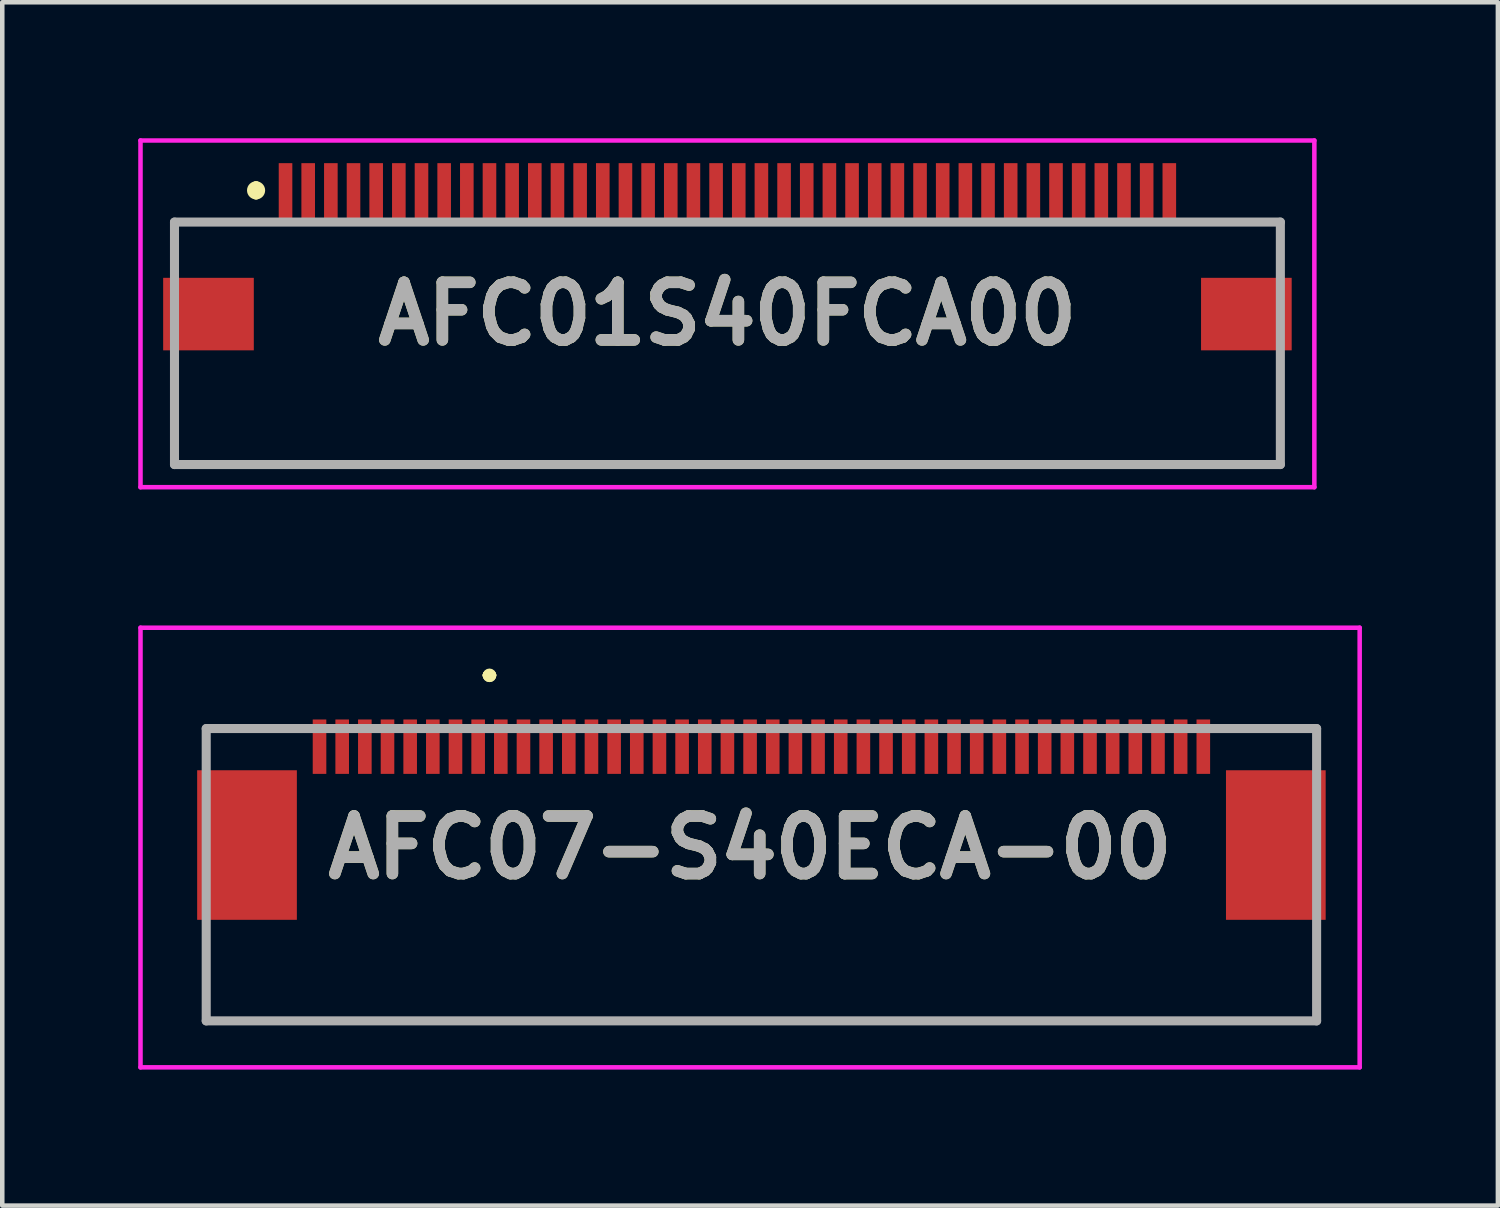
<source format=kicad_pcb>
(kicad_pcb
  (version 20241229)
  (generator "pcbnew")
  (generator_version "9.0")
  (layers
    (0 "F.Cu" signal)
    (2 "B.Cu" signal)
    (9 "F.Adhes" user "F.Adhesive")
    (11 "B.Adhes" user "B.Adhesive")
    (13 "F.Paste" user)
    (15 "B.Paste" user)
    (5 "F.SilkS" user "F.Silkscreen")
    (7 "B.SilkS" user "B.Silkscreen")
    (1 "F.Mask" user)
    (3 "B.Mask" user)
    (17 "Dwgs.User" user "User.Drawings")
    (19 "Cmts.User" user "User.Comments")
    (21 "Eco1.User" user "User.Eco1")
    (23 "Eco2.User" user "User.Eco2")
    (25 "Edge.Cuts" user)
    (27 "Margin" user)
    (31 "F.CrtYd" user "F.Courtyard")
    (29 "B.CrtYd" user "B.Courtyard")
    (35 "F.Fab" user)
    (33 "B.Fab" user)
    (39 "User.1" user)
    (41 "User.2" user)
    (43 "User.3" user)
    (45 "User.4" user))
  (footprint "AFC01S40FCA00"
    (layer "F.Cu")
    (at 13 3.875)
    (property "Reference" "AFC01S40FCA00" (at 0 0 0) (layer "F.SilkS") (effects (font (size 1.27 1.27) (thickness 0.254))))
    (attr smd)
    (fp_line (start -12.2 -2.025) (end -12.2 -1.525) (stroke (width 0.1) (type solid)) (layer "F.SilkS"))
    (fp_line (start -12.2 1.475) (end -12.2 3.325) (stroke (width 0.1) (type solid)) (layer "F.SilkS"))
    (fp_line (start -12.2 3.325) (end 12.2 3.325) (stroke (width 0.1) (type solid)) (layer "F.SilkS"))
    (fp_line (start -10.5 -2.025) (end -12.2 -2.025) (stroke (width 0.1) (type solid)) (layer "F.SilkS"))
    (fp_line (start -10.4 -2.825) (end -10.4 -2.825) (stroke (width 0.2) (type solid)) (layer "F.SilkS"))
    (fp_line (start -10.4 -2.625) (end -10.4 -2.625) (stroke (width 0.2) (type solid)) (layer "F.SilkS"))
    (fp_line (start 10.5 -2.025) (end 12.2 -2.025) (stroke (width 0.1) (type solid)) (layer "F.SilkS"))
    (fp_line (start 12.2 -2.025) (end 12.2 -1.525) (stroke (width 0.1) (type solid)) (layer "F.SilkS"))
    (fp_line (start 12.2 3.325) (end 12.2 1.475) (stroke (width 0.1) (type solid)) (layer "F.SilkS"))
    (fp_arc (start -10.4 -2.825) (mid -10.3 -2.725) (end -10.4 -2.625) (stroke (width 0.2) (type solid)) (layer "F.SilkS"))
    (fp_arc (start -10.4 -2.625) (mid -10.5 -2.725) (end -10.4 -2.825) (stroke (width 0.2) (type solid)) (layer "F.SilkS"))
    (fp_line (start -12.95 -3.825) (end 12.95 -3.825) (stroke (width 0.1) (type solid)) (layer "F.CrtYd"))
    (fp_line (start -12.95 3.825) (end -12.95 -3.825) (stroke (width 0.1) (type solid)) (layer "F.CrtYd"))
    (fp_line (start 12.95 -3.825) (end 12.95 3.825) (stroke (width 0.1) (type solid)) (layer "F.CrtYd"))
    (fp_line (start 12.95 3.825) (end -12.95 3.825) (stroke (width 0.1) (type solid)) (layer "F.CrtYd"))
    (fp_line (start -12.2 -2.025) (end 12.2 -2.025) (stroke (width 0.2) (type solid)) (layer "F.Fab"))
    (fp_line (start -12.2 3.325) (end -12.2 -2.025) (stroke (width 0.2) (type solid)) (layer "F.Fab"))
    (fp_line (start 12.2 -2.025) (end 12.2 3.325) (stroke (width 0.2) (type solid)) (layer "F.Fab"))
    (fp_line (start 12.2 3.325) (end -12.2 3.325) (stroke (width 0.2) (type solid)) (layer "F.Fab"))
    (fp_text user "${REFERENCE}" (at 0 0 0) (layer "F.Fab") (effects (font (size 1.27 1.27) (thickness 0.254))))
    (pad "1" smd rect (at -9.75 -2.675) (size 0.3 1.3) (layers "F.Cu" "F.Mask" "F.Paste"))
    (pad "2" smd rect (at -9.25 -2.675) (size 0.3 1.3) (layers "F.Cu" "F.Mask" "F.Paste"))
    (pad "3" smd rect (at -8.75 -2.675) (size 0.3 1.3) (layers "F.Cu" "F.Mask" "F.Paste"))
    (pad "4" smd rect (at -8.25 -2.675) (size 0.3 1.3) (layers "F.Cu" "F.Mask" "F.Paste"))
    (pad "5" smd rect (at -7.75 -2.675) (size 0.3 1.3) (layers "F.Cu" "F.Mask" "F.Paste"))
    (pad "6" smd rect (at -7.25 -2.675) (size 0.3 1.3) (layers "F.Cu" "F.Mask" "F.Paste"))
    (pad "7" smd rect (at -6.75 -2.675) (size 0.3 1.3) (layers "F.Cu" "F.Mask" "F.Paste"))
    (pad "8" smd rect (at -6.25 -2.675) (size 0.3 1.3) (layers "F.Cu" "F.Mask" "F.Paste"))
    (pad "9" smd rect (at -5.75 -2.675) (size 0.3 1.3) (layers "F.Cu" "F.Mask" "F.Paste"))
    (pad "10" smd rect (at -5.25 -2.675) (size 0.3 1.3) (layers "F.Cu" "F.Mask" "F.Paste"))
    (pad "11" smd rect (at -4.75 -2.675) (size 0.3 1.3) (layers "F.Cu" "F.Mask" "F.Paste"))
    (pad "12" smd rect (at -4.25 -2.675) (size 0.3 1.3) (layers "F.Cu" "F.Mask" "F.Paste"))
    (pad "13" smd rect (at -3.75 -2.675) (size 0.3 1.3) (layers "F.Cu" "F.Mask" "F.Paste"))
    (pad "14" smd rect (at -3.25 -2.675) (size 0.3 1.3) (layers "F.Cu" "F.Mask" "F.Paste"))
    (pad "15" smd rect (at -2.75 -2.675) (size 0.3 1.3) (layers "F.Cu" "F.Mask" "F.Paste"))
    (pad "16" smd rect (at -2.25 -2.675) (size 0.3 1.3) (layers "F.Cu" "F.Mask" "F.Paste"))
    (pad "17" smd rect (at -1.75 -2.675) (size 0.3 1.3) (layers "F.Cu" "F.Mask" "F.Paste"))
    (pad "18" smd rect (at -1.25 -2.675) (size 0.3 1.3) (layers "F.Cu" "F.Mask" "F.Paste"))
    (pad "19" smd rect (at -0.75 -2.675) (size 0.3 1.3) (layers "F.Cu" "F.Mask" "F.Paste"))
    (pad "20" smd rect (at -0.25 -2.675) (size 0.3 1.3) (layers "F.Cu" "F.Mask" "F.Paste"))
    (pad "21" smd rect (at 0.25 -2.675) (size 0.3 1.3) (layers "F.Cu" "F.Mask" "F.Paste"))
    (pad "22" smd rect (at 0.75 -2.675) (size 0.3 1.3) (layers "F.Cu" "F.Mask" "F.Paste"))
    (pad "23" smd rect (at 1.25 -2.675) (size 0.3 1.3) (layers "F.Cu" "F.Mask" "F.Paste"))
    (pad "24" smd rect (at 1.75 -2.675) (size 0.3 1.3) (layers "F.Cu" "F.Mask" "F.Paste"))
    (pad "25" smd rect (at 2.25 -2.675) (size 0.3 1.3) (layers "F.Cu" "F.Mask" "F.Paste"))
    (pad "26" smd rect (at 2.75 -2.675) (size 0.3 1.3) (layers "F.Cu" "F.Mask" "F.Paste"))
    (pad "27" smd rect (at 3.25 -2.675) (size 0.3 1.3) (layers "F.Cu" "F.Mask" "F.Paste"))
    (pad "28" smd rect (at 3.75 -2.675) (size 0.3 1.3) (layers "F.Cu" "F.Mask" "F.Paste"))
    (pad "29" smd rect (at 4.25 -2.675) (size 0.3 1.3) (layers "F.Cu" "F.Mask" "F.Paste"))
    (pad "30" smd rect (at 4.75 -2.675) (size 0.3 1.3) (layers "F.Cu" "F.Mask" "F.Paste"))
    (pad "31" smd rect (at 5.25 -2.675) (size 0.3 1.3) (layers "F.Cu" "F.Mask" "F.Paste"))
    (pad "32" smd rect (at 5.75 -2.675) (size 0.3 1.3) (layers "F.Cu" "F.Mask" "F.Paste"))
    (pad "33" smd rect (at 6.25 -2.675) (size 0.3 1.3) (layers "F.Cu" "F.Mask" "F.Paste"))
    (pad "34" smd rect (at 6.75 -2.675) (size 0.3 1.3) (layers "F.Cu" "F.Mask" "F.Paste"))
    (pad "35" smd rect (at 7.25 -2.675) (size 0.3 1.3) (layers "F.Cu" "F.Mask" "F.Paste"))
    (pad "36" smd rect (at 7.75 -2.675) (size 0.3 1.3) (layers "F.Cu" "F.Mask" "F.Paste"))
    (pad "37" smd rect (at 8.25 -2.675) (size 0.3 1.3) (layers "F.Cu" "F.Mask" "F.Paste"))
    (pad "38" smd rect (at 8.75 -2.675) (size 0.3 1.3) (layers "F.Cu" "F.Mask" "F.Paste"))
    (pad "39" smd rect (at 9.25 -2.675) (size 0.3 1.3) (layers "F.Cu" "F.Mask" "F.Paste"))
    (pad "40" smd rect (at 9.75 -2.675) (size 0.3 1.3) (layers "F.Cu" "F.Mask" "F.Paste"))
    (pad "MP1" smd rect (at -11.45 0.005 90) (size 1.6 2) (layers "F.Cu" "F.Mask" "F.Paste"))
    (pad "MP2" smd rect (at 11.45 0.005 90) (size 1.6 2) (layers "F.Cu" "F.Mask" "F.Paste")))
  (footprint "AFC07-S40ECA-00"
    (layer "F.Cu")
    (at 13.5 16.25)
    (property "Reference" "AFC07-S40ECA-00" (at 0 -0.6 0) (layer "F.SilkS") (effects (font (size 1.27 1.27) (thickness 0.254))))
    (attr smd)
    (fp_line (start -12 -3.225) (end -12 -3.225) (stroke (width 0.1) (type solid)) (layer "F.SilkS"))
    (fp_line (start -12 -3.225) (end -12 -3.225) (stroke (width 0.1) (type solid)) (layer "F.SilkS"))
    (fp_line (start -12 -3.225) (end -12 -2.75) (stroke (width 0.1) (type solid)) (layer "F.SilkS"))
    (fp_line (start -12 -3.225) (end -10 -3.225) (stroke (width 0.1) (type solid)) (layer "F.SilkS"))
    (fp_line (start -12 -2.75) (end -12 -3.225) (stroke (width 0.1) (type solid)) (layer "F.SilkS"))
    (fp_line (start -12 -2.75) (end -12 -2.75) (stroke (width 0.1) (type solid)) (layer "F.SilkS"))
    (fp_line (start -12 1.5) (end -12 1.5) (stroke (width 0.1) (type solid)) (layer "F.SilkS"))
    (fp_line (start -12 3.25) (end -12 1.5) (stroke (width 0.1) (type solid)) (layer "F.SilkS"))
    (fp_line (start -12 3.25) (end -12 3.25) (stroke (width 0.1) (type solid)) (layer "F.SilkS"))
    (fp_line (start -12 3.25) (end -12 3.25) (stroke (width 0.1) (type solid)) (layer "F.SilkS"))
    (fp_line (start -12 3.25) (end 12.5 3.25) (stroke (width 0.1) (type solid)) (layer "F.SilkS"))
    (fp_line (start -10 -3.225) (end -12 -3.225) (stroke (width 0.1) (type solid)) (layer "F.SilkS"))
    (fp_line (start -10 -3.225) (end -10 -3.225) (stroke (width 0.1) (type solid)) (layer "F.SilkS"))
    (fp_line (start -5.8 -4.4) (end -5.8 -4.4) (stroke (width 0.2) (type solid)) (layer "F.SilkS"))
    (fp_line (start -5.8 -4.4) (end -5.8 -4.4) (stroke (width 0.2) (type solid)) (layer "F.SilkS"))
    (fp_line (start -5.7 -4.4) (end -5.7 -4.4) (stroke (width 0.2) (type solid)) (layer "F.SilkS"))
    (fp_line (start 4.5 3.25) (end 4.5 3.25) (stroke (width 0.1) (type solid)) (layer "F.SilkS"))
    (fp_line (start 4.5 3.25) (end 4.5 3.25) (stroke (width 0.1) (type solid)) (layer "F.SilkS"))
    (fp_line (start 12.5 -3.225) (end 10.5 -3.225) (stroke (width 0.1) (type solid)) (layer "F.SilkS"))
    (fp_line (start 12.5 -2.75) (end 12.5 -3.225) (stroke (width 0.1) (type solid)) (layer "F.SilkS"))
    (fp_line (start 12.5 3.25) (end 12.5 1.5) (stroke (width 0.1) (type solid)) (layer "F.SilkS"))
    (fp_arc (start -5.8 -4.4) (mid -5.75 -4.45) (end -5.7 -4.4) (stroke (width 0.2) (type solid)) (layer "F.SilkS"))
    (fp_arc (start -5.7 -4.4) (mid -5.75 -4.35) (end -5.8 -4.4) (stroke (width 0.2) (type solid)) (layer "F.SilkS"))
    (fp_arc (start -5.7 -4.4) (mid -5.75 -4.35) (end -5.8 -4.4) (stroke (width 0.2) (type solid)) (layer "F.SilkS"))
    (fp_line (start -13.45 -5.45) (end 13.45 -5.45) (stroke (width 0.1) (type solid)) (layer "F.CrtYd"))
    (fp_line (start -13.45 4.25) (end -13.45 -5.45) (stroke (width 0.1) (type solid)) (layer "F.CrtYd"))
    (fp_line (start 13.45 -5.45) (end 13.45 4.25) (stroke (width 0.1) (type solid)) (layer "F.CrtYd"))
    (fp_line (start 13.45 4.25) (end -13.45 4.25) (stroke (width 0.1) (type solid)) (layer "F.CrtYd"))
    (fp_line (start -12 -3.225) (end -12 3.225) (stroke (width 0.2) (type solid)) (layer "F.Fab"))
    (fp_line (start -12 3.225) (end 12.5 3.225) (stroke (width 0.2) (type solid)) (layer "F.Fab"))
    (fp_line (start 12.5 -3.225) (end -12 -3.225) (stroke (width 0.2) (type solid)) (layer "F.Fab"))
    (fp_line (start 12.5 3.225) (end 12.5 -3.225) (stroke (width 0.2) (type solid)) (layer "F.Fab"))
    (fp_text user "${REFERENCE}" (at 0 -0.6 0) (layer "F.Fab") (effects (font (size 1.27 1.27) (thickness 0.254))))
    (pad "1" smd rect (at -9.5 -2.825) (size 0.3 1.2) (layers "F.Cu" "F.Mask" "F.Paste"))
    (pad "2" smd rect (at -9 -2.825) (size 0.3 1.2) (layers "F.Cu" "F.Mask" "F.Paste"))
    (pad "3" smd rect (at -8.5 -2.825) (size 0.3 1.2) (layers "F.Cu" "F.Mask" "F.Paste"))
    (pad "4" smd rect (at -8 -2.825) (size 0.3 1.2) (layers "F.Cu" "F.Mask" "F.Paste"))
    (pad "5" smd rect (at -7.5 -2.825) (size 0.3 1.2) (layers "F.Cu" "F.Mask" "F.Paste"))
    (pad "6" smd rect (at -7 -2.825) (size 0.3 1.2) (layers "F.Cu" "F.Mask" "F.Paste"))
    (pad "7" smd rect (at -6.5 -2.825) (size 0.3 1.2) (layers "F.Cu" "F.Mask" "F.Paste"))
    (pad "8" smd rect (at -6 -2.825) (size 0.3 1.2) (layers "F.Cu" "F.Mask" "F.Paste"))
    (pad "9" smd rect (at -5.5 -2.825) (size 0.3 1.2) (layers "F.Cu" "F.Mask" "F.Paste"))
    (pad "10" smd rect (at -5 -2.825) (size 0.3 1.2) (layers "F.Cu" "F.Mask" "F.Paste"))
    (pad "11" smd rect (at -4.5 -2.825) (size 0.3 1.2) (layers "F.Cu" "F.Mask" "F.Paste"))
    (pad "12" smd rect (at -4 -2.825) (size 0.3 1.2) (layers "F.Cu" "F.Mask" "F.Paste"))
    (pad "13" smd rect (at -3.5 -2.825) (size 0.3 1.2) (layers "F.Cu" "F.Mask" "F.Paste"))
    (pad "14" smd rect (at -3 -2.825) (size 0.3 1.2) (layers "F.Cu" "F.Mask" "F.Paste"))
    (pad "15" smd rect (at -2.5 -2.825) (size 0.3 1.2) (layers "F.Cu" "F.Mask" "F.Paste"))
    (pad "16" smd rect (at -2 -2.825) (size 0.3 1.2) (layers "F.Cu" "F.Mask" "F.Paste"))
    (pad "17" smd rect (at -1.5 -2.825) (size 0.3 1.2) (layers "F.Cu" "F.Mask" "F.Paste"))
    (pad "18" smd rect (at -1 -2.825) (size 0.3 1.2) (layers "F.Cu" "F.Mask" "F.Paste"))
    (pad "19" smd rect (at -0.5 -2.825) (size 0.3 1.2) (layers "F.Cu" "F.Mask" "F.Paste"))
    (pad "20" smd rect (at 0 -2.825) (size 0.3 1.2) (layers "F.Cu" "F.Mask" "F.Paste"))
    (pad "21" smd rect (at 0.5 -2.825) (size 0.3 1.2) (layers "F.Cu" "F.Mask" "F.Paste"))
    (pad "22" smd rect (at 1 -2.825) (size 0.3 1.2) (layers "F.Cu" "F.Mask" "F.Paste"))
    (pad "23" smd rect (at 1.5 -2.825) (size 0.3 1.2) (layers "F.Cu" "F.Mask" "F.Paste"))
    (pad "24" smd rect (at 2 -2.825) (size 0.3 1.2) (layers "F.Cu" "F.Mask" "F.Paste"))
    (pad "25" smd rect (at 2.5 -2.825) (size 0.3 1.2) (layers "F.Cu" "F.Mask" "F.Paste"))
    (pad "26" smd rect (at 3 -2.825) (size 0.3 1.2) (layers "F.Cu" "F.Mask" "F.Paste"))
    (pad "27" smd rect (at 3.5 -2.825) (size 0.3 1.2) (layers "F.Cu" "F.Mask" "F.Paste"))
    (pad "28" smd rect (at 4 -2.825) (size 0.3 1.2) (layers "F.Cu" "F.Mask" "F.Paste"))
    (pad "29" smd rect (at 4.5 -2.825) (size 0.3 1.2) (layers "F.Cu" "F.Mask" "F.Paste"))
    (pad "30" smd rect (at 5 -2.825) (size 0.3 1.2) (layers "F.Cu" "F.Mask" "F.Paste"))
    (pad "31" smd rect (at 5.5 -2.825) (size 0.3 1.2) (layers "F.Cu" "F.Mask" "F.Paste"))
    (pad "32" smd rect (at 6 -2.825) (size 0.3 1.2) (layers "F.Cu" "F.Mask" "F.Paste"))
    (pad "33" smd rect (at 6.5 -2.825) (size 0.3 1.2) (layers "F.Cu" "F.Mask" "F.Paste"))
    (pad "34" smd rect (at 7 -2.825) (size 0.3 1.2) (layers "F.Cu" "F.Mask" "F.Paste"))
    (pad "35" smd rect (at 7.5 -2.825) (size 0.3 1.2) (layers "F.Cu" "F.Mask" "F.Paste"))
    (pad "36" smd rect (at 8 -2.825) (size 0.3 1.2) (layers "F.Cu" "F.Mask" "F.Paste"))
    (pad "37" smd rect (at 8.5 -2.825) (size 0.3 1.2) (layers "F.Cu" "F.Mask" "F.Paste"))
    (pad "38" smd rect (at 9 -2.825) (size 0.3 1.2) (layers "F.Cu" "F.Mask" "F.Paste"))
    (pad "39" smd rect (at 9.5 -2.825) (size 0.3 1.2) (layers "F.Cu" "F.Mask" "F.Paste"))
    (pad "40" smd rect (at 10 -2.825) (size 0.3 1.2) (layers "F.Cu" "F.Mask" "F.Paste"))
    (pad "MP1" smd rect (at -11.1 -0.655) (size 2.2 3.3) (layers "F.Cu" "F.Mask" "F.Paste"))
    (pad "MP2" smd rect (at 11.6 -0.655) (size 2.2 3.3) (layers "F.Cu" "F.Mask" "F.Paste")))
  (gr_rect
    (start -3 -3)
    (end 30 23.55)
    (stroke (width 0.1) (type default))
    (fill no)
    (layer "Edge.Cuts")))
</source>
